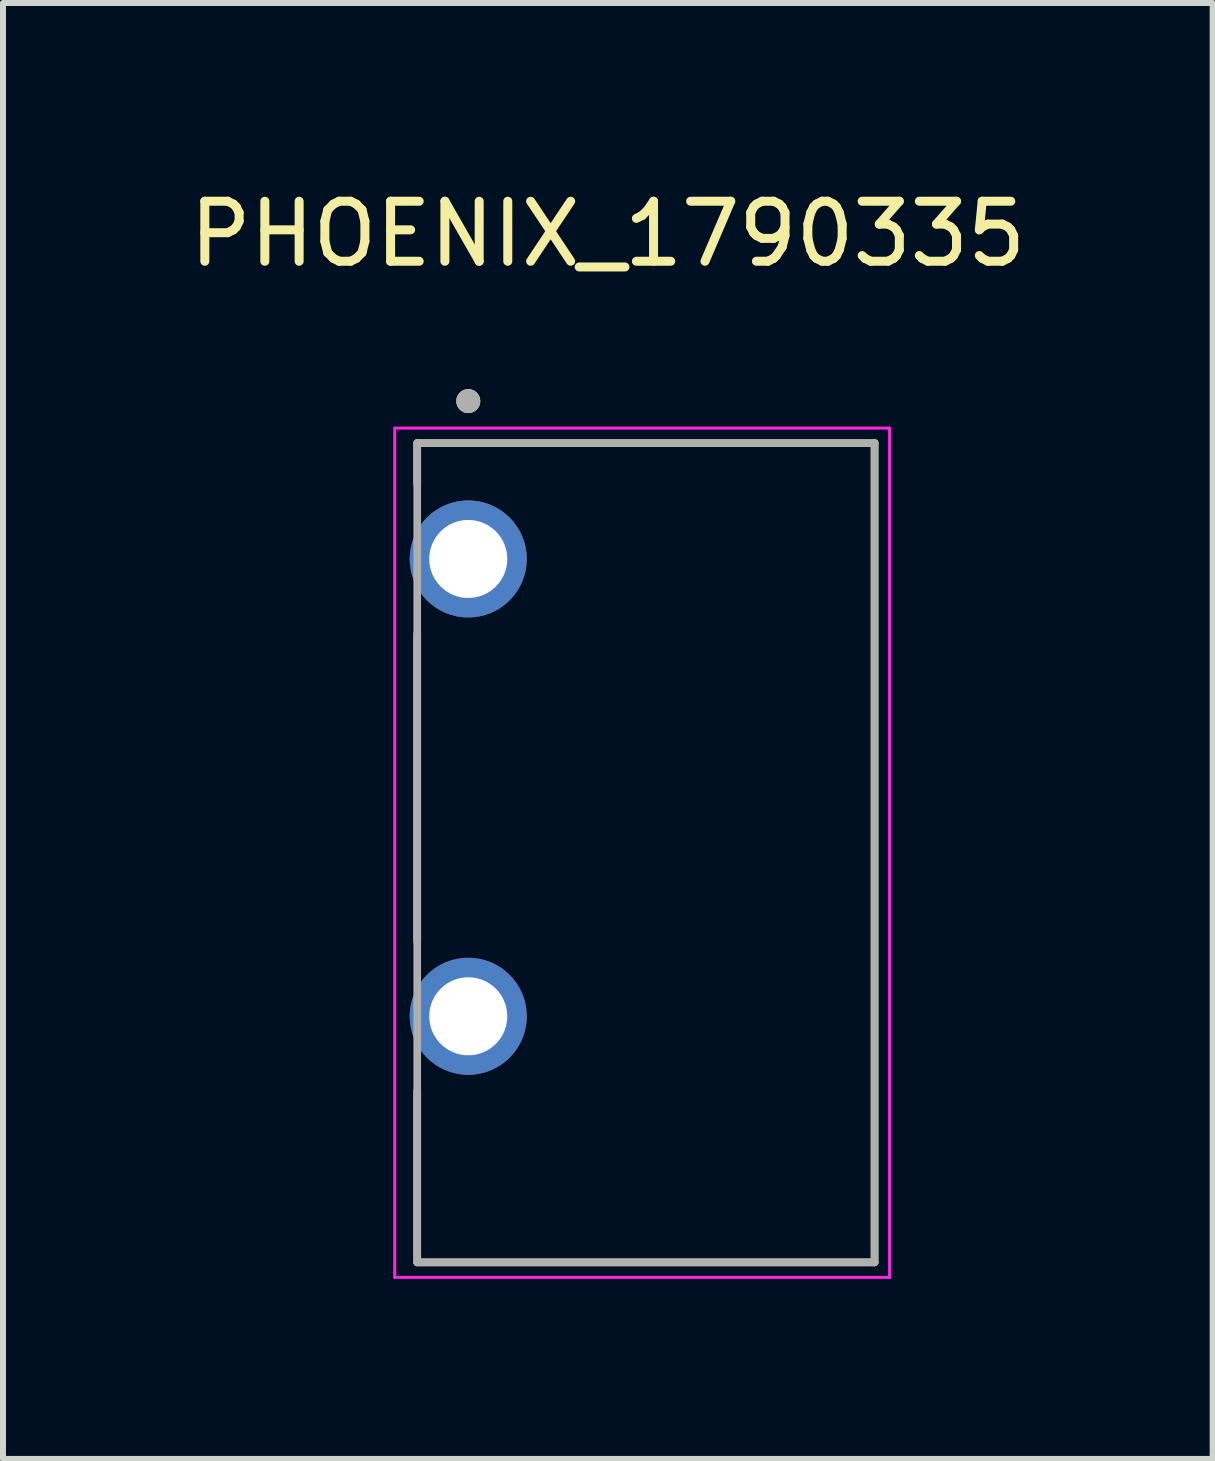
<source format=kicad_pcb>
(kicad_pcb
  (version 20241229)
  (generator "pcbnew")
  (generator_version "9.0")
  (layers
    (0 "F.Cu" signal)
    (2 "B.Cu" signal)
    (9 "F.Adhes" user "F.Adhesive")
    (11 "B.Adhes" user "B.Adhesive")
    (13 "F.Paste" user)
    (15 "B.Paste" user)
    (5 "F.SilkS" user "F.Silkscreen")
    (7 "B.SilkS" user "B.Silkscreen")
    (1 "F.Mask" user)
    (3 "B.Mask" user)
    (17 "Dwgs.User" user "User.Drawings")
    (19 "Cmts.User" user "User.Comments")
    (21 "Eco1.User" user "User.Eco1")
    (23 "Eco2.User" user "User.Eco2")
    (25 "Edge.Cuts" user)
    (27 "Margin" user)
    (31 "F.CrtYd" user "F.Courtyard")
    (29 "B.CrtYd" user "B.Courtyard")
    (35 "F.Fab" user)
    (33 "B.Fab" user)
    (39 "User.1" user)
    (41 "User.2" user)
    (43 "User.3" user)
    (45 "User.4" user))
  (footprint "PHOENIX_1790335"
    (layer "F.Cu")
    (at 3.902 17.983)
    (property "Reference" "PHOENIX_1790335" (at 3.175 -17.135 0) (layer "F.SilkS") (effects (font (size 1 1) (thickness 0.15))))
    (attr through_hole)
    (fp_line (start 0 -13.65) (end 0 -12.965) (stroke (width 0.127) (type solid)) (layer "F.SilkS"))
    (fp_line (start 0 -10.475) (end 0 -5.345) (stroke (width 0.127) (type solid)) (layer "F.SilkS"))
    (fp_line (start 0 -2.855) (end 0 0) (stroke (width 0.127) (type solid)) (layer "F.SilkS"))
    (fp_line (start 0 0) (end 7.62 0) (stroke (width 0.127) (type solid)) (layer "F.SilkS"))
    (fp_line (start 7.62 -13.65) (end 0 -13.65) (stroke (width 0.127) (type solid)) (layer "F.SilkS"))
    (fp_line (start 7.62 0) (end 7.62 -13.65) (stroke (width 0.127) (type solid)) (layer "F.SilkS"))
    (fp_circle (center 0.85 -14.35) (end 0.95 -14.35) (stroke (width 0.2) (type solid)) (fill no) (layer "F.SilkS"))
    (fp_line (start -0.375 -13.9) (end -0.375 0.25) (stroke (width 0.05) (type solid)) (layer "F.CrtYd"))
    (fp_line (start -0.375 0.25) (end 7.87 0.25) (stroke (width 0.05) (type solid)) (layer "F.CrtYd"))
    (fp_line (start 7.87 -13.9) (end -0.375 -13.9) (stroke (width 0.05) (type solid)) (layer "F.CrtYd"))
    (fp_line (start 7.87 0.25) (end 7.87 -13.9) (stroke (width 0.05) (type solid)) (layer "F.CrtYd"))
    (fp_line (start 0 -13.65) (end 0 0) (stroke (width 0.127) (type solid)) (layer "F.Fab"))
    (fp_line (start 0 0) (end 7.62 0) (stroke (width 0.127) (type solid)) (layer "F.Fab"))
    (fp_line (start 7.62 -13.65) (end 0 -13.65) (stroke (width 0.127) (type solid)) (layer "F.Fab"))
    (fp_line (start 7.62 0) (end 7.62 -13.65) (stroke (width 0.127) (type solid)) (layer "F.Fab"))
    (fp_circle (center 0.85 -14.35) (end 0.95 -14.35) (stroke (width 0.2) (type solid)) (fill no) (layer "F.Fab"))
    (pad "1_1" thru_hole circle (at 0.85 -11.72) (size 1.95 1.95) (drill 1.3) (layers "*.Cu" "*.Mask"))
    (pad "1_2" thru_hole circle (at 0.85 -4.1) (size 1.95 1.95) (drill 1.3) (layers "*.Cu" "*.Mask")))
  (gr_rect
    (start -3 -3)
    (end 17.155 21.258)
    (stroke (width 0.1) (type default))
    (fill no)
    (layer "Edge.Cuts")))
</source>
